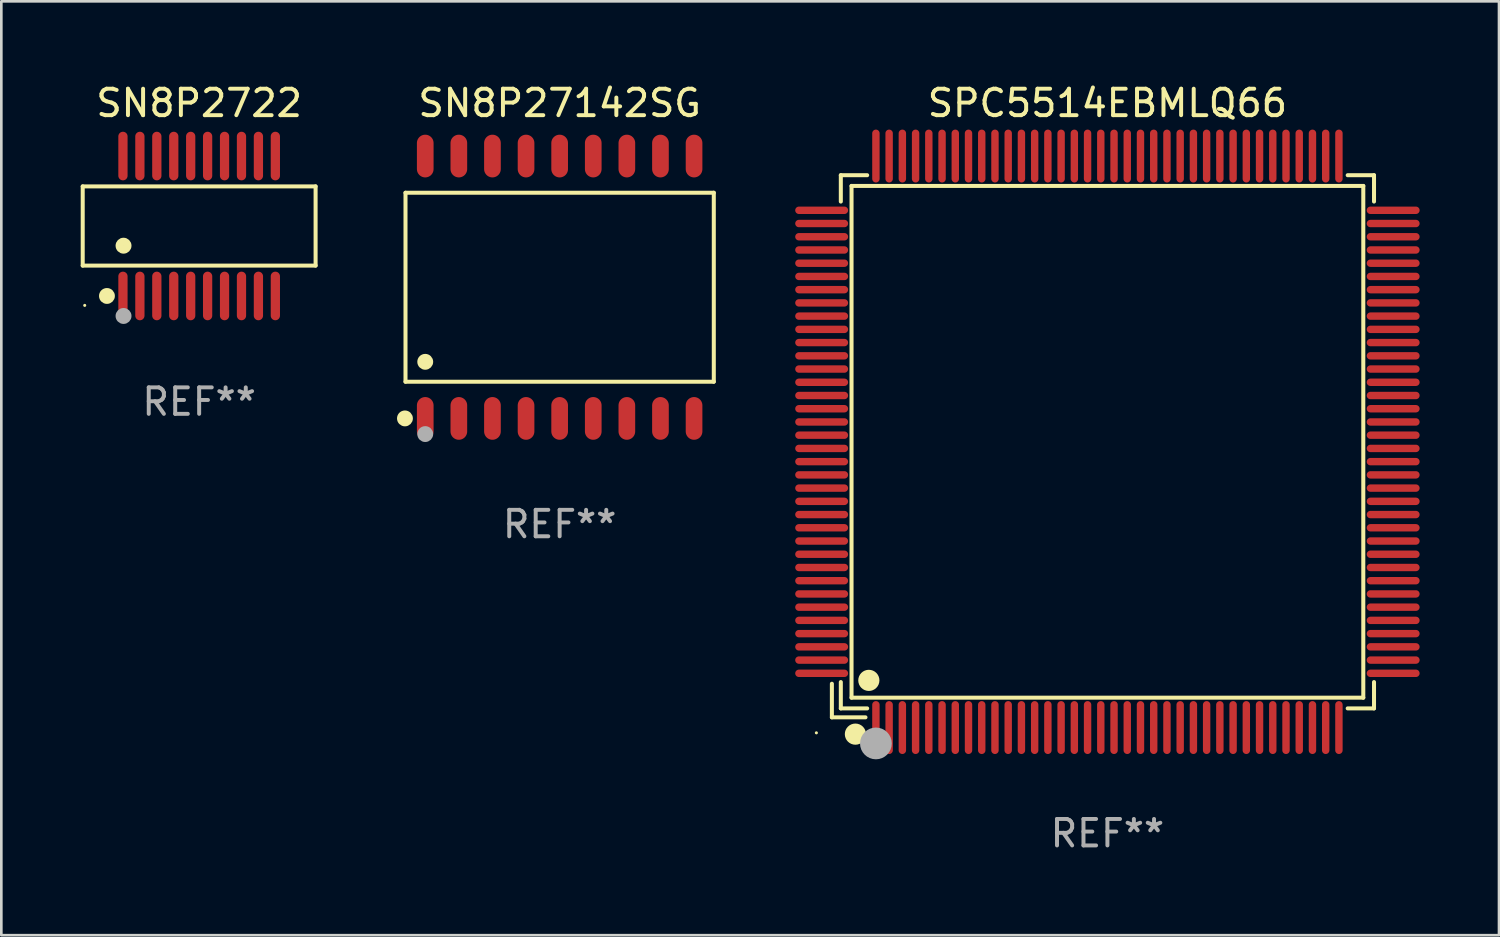
<source format=kicad_pcb>
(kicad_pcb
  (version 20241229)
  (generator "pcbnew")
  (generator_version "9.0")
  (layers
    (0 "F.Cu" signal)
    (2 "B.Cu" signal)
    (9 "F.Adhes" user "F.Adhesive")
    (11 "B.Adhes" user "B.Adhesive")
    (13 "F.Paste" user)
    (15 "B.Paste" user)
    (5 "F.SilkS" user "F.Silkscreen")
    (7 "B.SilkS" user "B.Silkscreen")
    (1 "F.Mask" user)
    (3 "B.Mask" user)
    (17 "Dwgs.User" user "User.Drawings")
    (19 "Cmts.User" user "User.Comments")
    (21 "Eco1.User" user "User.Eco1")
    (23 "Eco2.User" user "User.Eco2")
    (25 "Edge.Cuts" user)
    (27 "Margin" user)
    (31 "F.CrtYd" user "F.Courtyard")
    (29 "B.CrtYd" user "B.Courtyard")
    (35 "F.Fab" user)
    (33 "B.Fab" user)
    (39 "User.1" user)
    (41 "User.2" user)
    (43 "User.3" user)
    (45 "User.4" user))
  (footprint "SN8P2722"
    (layer "F.Cu")
    (at 4.477 5.492)
    (property "Reference" "SN8P2722" (at 0 -4.644 0) (layer "F.SilkS") (effects (font (size 1 1) (thickness 0.15))))
    (attr through_hole)
    (fp_line (start -4.401 -1.497) (end 4.401 -1.497) (stroke (width 0.152) (type solid)) (layer "F.SilkS"))
    (fp_line (start -4.401 1.496) (end -4.401 -1.497) (stroke (width 0.152) (type solid)) (layer "F.SilkS"))
    (fp_line (start 4.401 -1.497) (end 4.401 1.496) (stroke (width 0.152) (type solid)) (layer "F.SilkS"))
    (fp_line (start 4.401 1.496) (end -4.401 1.496) (stroke (width 0.152) (type solid)) (layer "F.SilkS"))
    (fp_circle (center -4.325 3) (end -4.295 3) (stroke (width 0.06) (type solid)) (fill no) (layer "F.SilkS"))
    (fp_circle (center -3.485 2.644) (end -3.335 2.644) (stroke (width 0.3) (type solid)) (fill no) (layer "F.SilkS"))
    (fp_circle (center -2.858 0.744) (end -2.707 0.744) (stroke (width 0.3) (type solid)) (fill no) (layer "F.SilkS"))
    (fp_circle (center -2.858 3.4) (end -2.707 3.4) (stroke (width 0.3) (type solid)) (fill no) (layer "F.Fab"))
    (fp_text user "REF**" (at 0 6.644 0) (layer "F.Fab") (effects (font (size 1 1) (thickness 0.15))))
    (pad "1" smd oval (at -2.88 2.644) (size 0.35 1.837) (layers "F.Cu" "F.Mask" "F.Paste"))
    (pad "2" smd oval (at -2.24 2.644) (size 0.35 1.837) (layers "F.Cu" "F.Mask" "F.Paste"))
    (pad "3" smd oval (at -1.6 2.644) (size 0.35 1.837) (layers "F.Cu" "F.Mask" "F.Paste"))
    (pad "4" smd oval (at -0.96 2.644) (size 0.35 1.837) (layers "F.Cu" "F.Mask" "F.Paste"))
    (pad "5" smd oval (at -0.32 2.644) (size 0.35 1.837) (layers "F.Cu" "F.Mask" "F.Paste"))
    (pad "6" smd oval (at 0.32 2.644) (size 0.35 1.837) (layers "F.Cu" "F.Mask" "F.Paste"))
    (pad "7" smd oval (at 0.96 2.644) (size 0.35 1.837) (layers "F.Cu" "F.Mask" "F.Paste"))
    (pad "8" smd oval (at 1.6 2.644) (size 0.35 1.837) (layers "F.Cu" "F.Mask" "F.Paste"))
    (pad "9" smd oval (at 2.24 2.644) (size 0.35 1.837) (layers "F.Cu" "F.Mask" "F.Paste"))
    (pad "10" smd oval (at 2.88 2.644) (size 0.35 1.837) (layers "F.Cu" "F.Mask" "F.Paste"))
    (pad "11" smd oval (at 2.88 -2.644 180) (size 0.35 1.837) (layers "F.Cu" "F.Mask" "F.Paste"))
    (pad "12" smd oval (at 2.24 -2.644 180) (size 0.35 1.837) (layers "F.Cu" "F.Mask" "F.Paste"))
    (pad "13" smd oval (at 1.6 -2.644 180) (size 0.35 1.837) (layers "F.Cu" "F.Mask" "F.Paste"))
    (pad "14" smd oval (at 0.96 -2.644 180) (size 0.35 1.837) (layers "F.Cu" "F.Mask" "F.Paste"))
    (pad "15" smd oval (at 0.32 -2.644 180) (size 0.35 1.837) (layers "F.Cu" "F.Mask" "F.Paste"))
    (pad "16" smd oval (at -0.32 -2.644 180) (size 0.35 1.837) (layers "F.Cu" "F.Mask" "F.Paste"))
    (pad "17" smd oval (at -0.96 -2.644 180) (size 0.35 1.837) (layers "F.Cu" "F.Mask" "F.Paste"))
    (pad "18" smd oval (at -1.6 -2.644 180) (size 0.35 1.837) (layers "F.Cu" "F.Mask" "F.Paste"))
    (pad "19" smd oval (at -2.24 -2.644 180) (size 0.35 1.837) (layers "F.Cu" "F.Mask" "F.Paste"))
    (pad "20" smd oval (at -2.88 -2.644 180) (size 0.35 1.837) (layers "F.Cu" "F.Mask" "F.Paste")))
  (footprint "SPC5514EBMLQ66"
    (layer "F.Cu")
    (at 38.805 13.648)
    (property "Reference" "SPC5514EBMLQ66" (at 0 -12.8 0) (layer "F.SilkS") (effects (font (size 1 1) (thickness 0.15))))
    (attr through_hole)
    (fp_line (start -10.414 9.144) (end -10.414 10.414) (stroke (width 0.152) (type solid)) (layer "F.SilkS"))
    (fp_line (start -10.414 10.414) (end -9.144 10.414) (stroke (width 0.152) (type solid)) (layer "F.SilkS"))
    (fp_line (start -10.076 -10.076) (end -9.08 -10.076) (stroke (width 0.152) (type solid)) (layer "F.SilkS"))
    (fp_line (start -10.076 -9.08) (end -10.076 -10.076) (stroke (width 0.152) (type solid)) (layer "F.SilkS"))
    (fp_line (start -10.076 9.081) (end -10.076 10.076) (stroke (width 0.152) (type solid)) (layer "F.SilkS"))
    (fp_line (start -10.076 10.076) (end -9.08 10.076) (stroke (width 0.152) (type solid)) (layer "F.SilkS"))
    (fp_line (start -9.671 -9.671) (end 9.671 -9.671) (stroke (width 0.152) (type solid)) (layer "F.SilkS"))
    (fp_line (start -9.671 9.671) (end -9.671 -9.671) (stroke (width 0.152) (type solid)) (layer "F.SilkS"))
    (fp_line (start 9.671 -9.671) (end 9.671 9.671) (stroke (width 0.152) (type solid)) (layer "F.SilkS"))
    (fp_line (start 9.671 9.671) (end -9.671 9.671) (stroke (width 0.152) (type solid)) (layer "F.SilkS"))
    (fp_line (start 10.076 -10.076) (end 9.081 -10.076) (stroke (width 0.152) (type solid)) (layer "F.SilkS"))
    (fp_line (start 10.076 -9.08) (end 10.076 -10.076) (stroke (width 0.152) (type solid)) (layer "F.SilkS"))
    (fp_line (start 10.076 9.081) (end 10.076 10.076) (stroke (width 0.152) (type solid)) (layer "F.SilkS"))
    (fp_line (start 10.076 10.076) (end 9.081 10.076) (stroke (width 0.152) (type solid)) (layer "F.SilkS"))
    (fp_circle (center -11 11) (end -10.97 11) (stroke (width 0.06) (type solid)) (fill no) (layer "F.SilkS"))
    (fp_circle (center -9.525 11.049) (end -9.325 11.049) (stroke (width 0.4) (type solid)) (fill no) (layer "F.SilkS"))
    (fp_circle (center -9.017 9.017) (end -8.817 9.017) (stroke (width 0.4) (type solid)) (fill no) (layer "F.SilkS"))
    (fp_circle (center -8.75 11.4) (end -8.45 11.4) (stroke (width 0.6) (type solid)) (fill no) (layer "F.Fab"))
    (fp_text user "REF**" (at 0 14.8 0) (layer "F.Fab") (effects (font (size 1 1) (thickness 0.15))))
    (pad "1" smd oval (at -8.75 10.8) (size 0.28 2) (layers "F.Cu" "F.Mask" "F.Paste"))
    (pad "2" smd oval (at -8.25 10.8) (size 0.28 2) (layers "F.Cu" "F.Mask" "F.Paste"))
    (pad "3" smd oval (at -7.75 10.8) (size 0.28 2) (layers "F.Cu" "F.Mask" "F.Paste"))
    (pad "4" smd oval (at -7.25 10.8) (size 0.28 2) (layers "F.Cu" "F.Mask" "F.Paste"))
    (pad "5" smd oval (at -6.75 10.8) (size 0.28 2) (layers "F.Cu" "F.Mask" "F.Paste"))
    (pad "6" smd oval (at -6.25 10.8) (size 0.28 2) (layers "F.Cu" "F.Mask" "F.Paste"))
    (pad "7" smd oval (at -5.75 10.8) (size 0.28 2) (layers "F.Cu" "F.Mask" "F.Paste"))
    (pad "8" smd oval (at -5.25 10.8) (size 0.28 2) (layers "F.Cu" "F.Mask" "F.Paste"))
    (pad "9" smd oval (at -4.75 10.8) (size 0.28 2) (layers "F.Cu" "F.Mask" "F.Paste"))
    (pad "10" smd oval (at -4.25 10.8) (size 0.28 2) (layers "F.Cu" "F.Mask" "F.Paste"))
    (pad "11" smd oval (at -3.75 10.8) (size 0.28 2) (layers "F.Cu" "F.Mask" "F.Paste"))
    (pad "12" smd oval (at -3.25 10.8) (size 0.28 2) (layers "F.Cu" "F.Mask" "F.Paste"))
    (pad "13" smd oval (at -2.75 10.8) (size 0.28 2) (layers "F.Cu" "F.Mask" "F.Paste"))
    (pad "14" smd oval (at -2.25 10.8) (size 0.28 2) (layers "F.Cu" "F.Mask" "F.Paste"))
    (pad "15" smd oval (at -1.75 10.8) (size 0.28 2) (layers "F.Cu" "F.Mask" "F.Paste"))
    (pad "16" smd oval (at -1.25 10.8) (size 0.28 2) (layers "F.Cu" "F.Mask" "F.Paste"))
    (pad "17" smd oval (at -0.75 10.8) (size 0.28 2) (layers "F.Cu" "F.Mask" "F.Paste"))
    (pad "18" smd oval (at -0.25 10.8) (size 0.28 2) (layers "F.Cu" "F.Mask" "F.Paste"))
    (pad "19" smd oval (at 0.25 10.8) (size 0.28 2) (layers "F.Cu" "F.Mask" "F.Paste"))
    (pad "20" smd oval (at 0.75 10.8) (size 0.28 2) (layers "F.Cu" "F.Mask" "F.Paste"))
    (pad "21" smd oval (at 1.25 10.8) (size 0.28 2) (layers "F.Cu" "F.Mask" "F.Paste"))
    (pad "22" smd oval (at 1.75 10.8) (size 0.28 2) (layers "F.Cu" "F.Mask" "F.Paste"))
    (pad "23" smd oval (at 2.25 10.8) (size 0.28 2) (layers "F.Cu" "F.Mask" "F.Paste"))
    (pad "24" smd oval (at 2.75 10.8) (size 0.28 2) (layers "F.Cu" "F.Mask" "F.Paste"))
    (pad "25" smd oval (at 3.25 10.8) (size 0.28 2) (layers "F.Cu" "F.Mask" "F.Paste"))
    (pad "26" smd oval (at 3.75 10.8) (size 0.28 2) (layers "F.Cu" "F.Mask" "F.Paste"))
    (pad "27" smd oval (at 4.25 10.8) (size 0.28 2) (layers "F.Cu" "F.Mask" "F.Paste"))
    (pad "28" smd oval (at 4.75 10.8) (size 0.28 2) (layers "F.Cu" "F.Mask" "F.Paste"))
    (pad "29" smd oval (at 5.25 10.8) (size 0.28 2) (layers "F.Cu" "F.Mask" "F.Paste"))
    (pad "30" smd oval (at 5.75 10.8) (size 0.28 2) (layers "F.Cu" "F.Mask" "F.Paste"))
    (pad "31" smd oval (at 6.25 10.8) (size 0.28 2) (layers "F.Cu" "F.Mask" "F.Paste"))
    (pad "32" smd oval (at 6.75 10.8) (size 0.28 2) (layers "F.Cu" "F.Mask" "F.Paste"))
    (pad "33" smd oval (at 7.25 10.8) (size 0.28 2) (layers "F.Cu" "F.Mask" "F.Paste"))
    (pad "34" smd oval (at 7.75 10.8) (size 0.28 2) (layers "F.Cu" "F.Mask" "F.Paste"))
    (pad "35" smd oval (at 8.25 10.8) (size 0.28 2) (layers "F.Cu" "F.Mask" "F.Paste"))
    (pad "36" smd oval (at 8.75 10.8) (size 0.28 2) (layers "F.Cu" "F.Mask" "F.Paste"))
    (pad "37" smd oval (at 10.8 8.75) (size 2 0.28) (layers "F.Cu" "F.Mask" "F.Paste"))
    (pad "38" smd oval (at 10.8 8.25) (size 2 0.28) (layers "F.Cu" "F.Mask" "F.Paste"))
    (pad "39" smd oval (at 10.8 7.75) (size 2 0.28) (layers "F.Cu" "F.Mask" "F.Paste"))
    (pad "40" smd oval (at 10.8 7.25) (size 2 0.28) (layers "F.Cu" "F.Mask" "F.Paste"))
    (pad "41" smd oval (at 10.8 6.75) (size 2 0.28) (layers "F.Cu" "F.Mask" "F.Paste"))
    (pad "42" smd oval (at 10.8 6.25) (size 2 0.28) (layers "F.Cu" "F.Mask" "F.Paste"))
    (pad "43" smd oval (at 10.8 5.75) (size 2 0.28) (layers "F.Cu" "F.Mask" "F.Paste"))
    (pad "44" smd oval (at 10.8 5.25) (size 2 0.28) (layers "F.Cu" "F.Mask" "F.Paste"))
    (pad "45" smd oval (at 10.8 4.75) (size 2 0.28) (layers "F.Cu" "F.Mask" "F.Paste"))
    (pad "46" smd oval (at 10.8 4.25) (size 2 0.28) (layers "F.Cu" "F.Mask" "F.Paste"))
    (pad "47" smd oval (at 10.8 3.75) (size 2 0.28) (layers "F.Cu" "F.Mask" "F.Paste"))
    (pad "48" smd oval (at 10.8 3.25) (size 2 0.28) (layers "F.Cu" "F.Mask" "F.Paste"))
    (pad "49" smd oval (at 10.8 2.75) (size 2 0.28) (layers "F.Cu" "F.Mask" "F.Paste"))
    (pad "50" smd oval (at 10.8 2.25) (size 2 0.28) (layers "F.Cu" "F.Mask" "F.Paste"))
    (pad "51" smd oval (at 10.8 1.75) (size 2 0.28) (layers "F.Cu" "F.Mask" "F.Paste"))
    (pad "52" smd oval (at 10.8 1.25) (size 2 0.28) (layers "F.Cu" "F.Mask" "F.Paste"))
    (pad "53" smd oval (at 10.8 0.75) (size 2 0.28) (layers "F.Cu" "F.Mask" "F.Paste"))
    (pad "54" smd oval (at 10.8 0.25) (size 2 0.28) (layers "F.Cu" "F.Mask" "F.Paste"))
    (pad "55" smd oval (at 10.8 -0.25) (size 2 0.28) (layers "F.Cu" "F.Mask" "F.Paste"))
    (pad "56" smd oval (at 10.8 -0.75) (size 2 0.28) (layers "F.Cu" "F.Mask" "F.Paste"))
    (pad "57" smd oval (at 10.8 -1.25) (size 2 0.28) (layers "F.Cu" "F.Mask" "F.Paste"))
    (pad "58" smd oval (at 10.8 -1.75) (size 2 0.28) (layers "F.Cu" "F.Mask" "F.Paste"))
    (pad "59" smd oval (at 10.8 -2.25) (size 2 0.28) (layers "F.Cu" "F.Mask" "F.Paste"))
    (pad "60" smd oval (at 10.8 -2.75) (size 2 0.28) (layers "F.Cu" "F.Mask" "F.Paste"))
    (pad "61" smd oval (at 10.8 -3.25) (size 2 0.28) (layers "F.Cu" "F.Mask" "F.Paste"))
    (pad "62" smd oval (at 10.8 -3.75) (size 2 0.28) (layers "F.Cu" "F.Mask" "F.Paste"))
    (pad "63" smd oval (at 10.8 -4.25) (size 2 0.28) (layers "F.Cu" "F.Mask" "F.Paste"))
    (pad "64" smd oval (at 10.8 -4.75) (size 2 0.28) (layers "F.Cu" "F.Mask" "F.Paste"))
    (pad "65" smd oval (at 10.8 -5.25) (size 2 0.28) (layers "F.Cu" "F.Mask" "F.Paste"))
    (pad "66" smd oval (at 10.8 -5.75) (size 2 0.28) (layers "F.Cu" "F.Mask" "F.Paste"))
    (pad "67" smd oval (at 10.8 -6.25) (size 2 0.28) (layers "F.Cu" "F.Mask" "F.Paste"))
    (pad "68" smd oval (at 10.8 -6.75) (size 2 0.28) (layers "F.Cu" "F.Mask" "F.Paste"))
    (pad "69" smd oval (at 10.8 -7.25) (size 2 0.28) (layers "F.Cu" "F.Mask" "F.Paste"))
    (pad "70" smd oval (at 10.8 -7.75) (size 2 0.28) (layers "F.Cu" "F.Mask" "F.Paste"))
    (pad "71" smd oval (at 10.8 -8.25) (size 2 0.28) (layers "F.Cu" "F.Mask" "F.Paste"))
    (pad "72" smd oval (at 10.8 -8.75) (size 2 0.28) (layers "F.Cu" "F.Mask" "F.Paste"))
    (pad "73" smd oval (at 8.75 -10.8) (size 0.28 2) (layers "F.Cu" "F.Mask" "F.Paste"))
    (pad "74" smd oval (at 8.25 -10.8) (size 0.28 2) (layers "F.Cu" "F.Mask" "F.Paste"))
    (pad "75" smd oval (at 7.75 -10.8) (size 0.28 2) (layers "F.Cu" "F.Mask" "F.Paste"))
    (pad "76" smd oval (at 7.25 -10.8) (size 0.28 2) (layers "F.Cu" "F.Mask" "F.Paste"))
    (pad "77" smd oval (at 6.75 -10.8) (size 0.28 2) (layers "F.Cu" "F.Mask" "F.Paste"))
    (pad "78" smd oval (at 6.25 -10.8) (size 0.28 2) (layers "F.Cu" "F.Mask" "F.Paste"))
    (pad "79" smd oval (at 5.75 -10.8) (size 0.28 2) (layers "F.Cu" "F.Mask" "F.Paste"))
    (pad "80" smd oval (at 5.25 -10.8) (size 0.28 2) (layers "F.Cu" "F.Mask" "F.Paste"))
    (pad "81" smd oval (at 4.75 -10.8) (size 0.28 2) (layers "F.Cu" "F.Mask" "F.Paste"))
    (pad "82" smd oval (at 4.25 -10.8) (size 0.28 2) (layers "F.Cu" "F.Mask" "F.Paste"))
    (pad "83" smd oval (at 3.75 -10.8) (size 0.28 2) (layers "F.Cu" "F.Mask" "F.Paste"))
    (pad "84" smd oval (at 3.25 -10.8) (size 0.28 2) (layers "F.Cu" "F.Mask" "F.Paste"))
    (pad "85" smd oval (at 2.75 -10.8) (size 0.28 2) (layers "F.Cu" "F.Mask" "F.Paste"))
    (pad "86" smd oval (at 2.25 -10.8) (size 0.28 2) (layers "F.Cu" "F.Mask" "F.Paste"))
    (pad "87" smd oval (at 1.75 -10.8) (size 0.28 2) (layers "F.Cu" "F.Mask" "F.Paste"))
    (pad "88" smd oval (at 1.25 -10.8) (size 0.28 2) (layers "F.Cu" "F.Mask" "F.Paste"))
    (pad "89" smd oval (at 0.75 -10.8) (size 0.28 2) (layers "F.Cu" "F.Mask" "F.Paste"))
    (pad "90" smd oval (at 0.25 -10.8) (size 0.28 2) (layers "F.Cu" "F.Mask" "F.Paste"))
    (pad "91" smd oval (at -0.25 -10.8) (size 0.28 2) (layers "F.Cu" "F.Mask" "F.Paste"))
    (pad "92" smd oval (at -0.75 -10.8) (size 0.28 2) (layers "F.Cu" "F.Mask" "F.Paste"))
    (pad "93" smd oval (at -1.25 -10.8) (size 0.28 2) (layers "F.Cu" "F.Mask" "F.Paste"))
    (pad "94" smd oval (at -1.75 -10.8) (size 0.28 2) (layers "F.Cu" "F.Mask" "F.Paste"))
    (pad "95" smd oval (at -2.25 -10.8) (size 0.28 2) (layers "F.Cu" "F.Mask" "F.Paste"))
    (pad "96" smd oval (at -2.75 -10.8) (size 0.28 2) (layers "F.Cu" "F.Mask" "F.Paste"))
    (pad "97" smd oval (at -3.25 -10.8) (size 0.28 2) (layers "F.Cu" "F.Mask" "F.Paste"))
    (pad "98" smd oval (at -3.75 -10.8) (size 0.28 2) (layers "F.Cu" "F.Mask" "F.Paste"))
    (pad "99" smd oval (at -4.25 -10.8) (size 0.28 2) (layers "F.Cu" "F.Mask" "F.Paste"))
    (pad "100" smd oval (at -4.75 -10.8) (size 0.28 2) (layers "F.Cu" "F.Mask" "F.Paste"))
    (pad "101" smd oval (at -5.25 -10.8) (size 0.28 2) (layers "F.Cu" "F.Mask" "F.Paste"))
    (pad "102" smd oval (at -5.75 -10.8) (size 0.28 2) (layers "F.Cu" "F.Mask" "F.Paste"))
    (pad "103" smd oval (at -6.25 -10.8) (size 0.28 2) (layers "F.Cu" "F.Mask" "F.Paste"))
    (pad "104" smd oval (at -6.75 -10.8) (size 0.28 2) (layers "F.Cu" "F.Mask" "F.Paste"))
    (pad "105" smd oval (at -7.25 -10.8) (size 0.28 2) (layers "F.Cu" "F.Mask" "F.Paste"))
    (pad "106" smd oval (at -7.75 -10.8) (size 0.28 2) (layers "F.Cu" "F.Mask" "F.Paste"))
    (pad "107" smd oval (at -8.25 -10.8) (size 0.28 2) (layers "F.Cu" "F.Mask" "F.Paste"))
    (pad "108" smd oval (at -8.75 -10.8) (size 0.28 2) (layers "F.Cu" "F.Mask" "F.Paste"))
    (pad "109" smd oval (at -10.8 -8.75) (size 2 0.28) (layers "F.Cu" "F.Mask" "F.Paste"))
    (pad "110" smd oval (at -10.8 -8.25) (size 2 0.28) (layers "F.Cu" "F.Mask" "F.Paste"))
    (pad "111" smd oval (at -10.8 -7.75) (size 2 0.28) (layers "F.Cu" "F.Mask" "F.Paste"))
    (pad "112" smd oval (at -10.8 -7.25) (size 2 0.28) (layers "F.Cu" "F.Mask" "F.Paste"))
    (pad "113" smd oval (at -10.8 -6.75) (size 2 0.28) (layers "F.Cu" "F.Mask" "F.Paste"))
    (pad "114" smd oval (at -10.8 -6.25) (size 2 0.28) (layers "F.Cu" "F.Mask" "F.Paste"))
    (pad "115" smd oval (at -10.8 -5.75) (size 2 0.28) (layers "F.Cu" "F.Mask" "F.Paste"))
    (pad "116" smd oval (at -10.8 -5.25) (size 2 0.28) (layers "F.Cu" "F.Mask" "F.Paste"))
    (pad "117" smd oval (at -10.8 -4.75) (size 2 0.28) (layers "F.Cu" "F.Mask" "F.Paste"))
    (pad "118" smd oval (at -10.8 -4.25) (size 2 0.28) (layers "F.Cu" "F.Mask" "F.Paste"))
    (pad "119" smd oval (at -10.8 -3.75) (size 2 0.28) (layers "F.Cu" "F.Mask" "F.Paste"))
    (pad "120" smd oval (at -10.8 -3.25) (size 2 0.28) (layers "F.Cu" "F.Mask" "F.Paste"))
    (pad "121" smd oval (at -10.8 -2.75) (size 2 0.28) (layers "F.Cu" "F.Mask" "F.Paste"))
    (pad "122" smd oval (at -10.8 -2.25) (size 2 0.28) (layers "F.Cu" "F.Mask" "F.Paste"))
    (pad "123" smd oval (at -10.8 -1.75) (size 2 0.28) (layers "F.Cu" "F.Mask" "F.Paste"))
    (pad "124" smd oval (at -10.8 -1.25) (size 2 0.28) (layers "F.Cu" "F.Mask" "F.Paste"))
    (pad "125" smd oval (at -10.8 -0.75) (size 2 0.28) (layers "F.Cu" "F.Mask" "F.Paste"))
    (pad "126" smd oval (at -10.8 -0.25) (size 2 0.28) (layers "F.Cu" "F.Mask" "F.Paste"))
    (pad "127" smd oval (at -10.8 0.25) (size 2 0.28) (layers "F.Cu" "F.Mask" "F.Paste"))
    (pad "128" smd oval (at -10.8 0.75) (size 2 0.28) (layers "F.Cu" "F.Mask" "F.Paste"))
    (pad "129" smd oval (at -10.8 1.25) (size 2 0.28) (layers "F.Cu" "F.Mask" "F.Paste"))
    (pad "130" smd oval (at -10.8 1.75) (size 2 0.28) (layers "F.Cu" "F.Mask" "F.Paste"))
    (pad "131" smd oval (at -10.8 2.25) (size 2 0.28) (layers "F.Cu" "F.Mask" "F.Paste"))
    (pad "132" smd oval (at -10.8 2.75) (size 2 0.28) (layers "F.Cu" "F.Mask" "F.Paste"))
    (pad "133" smd oval (at -10.8 3.25) (size 2 0.28) (layers "F.Cu" "F.Mask" "F.Paste"))
    (pad "134" smd oval (at -10.8 3.75) (size 2 0.28) (layers "F.Cu" "F.Mask" "F.Paste"))
    (pad "135" smd oval (at -10.8 4.25) (size 2 0.28) (layers "F.Cu" "F.Mask" "F.Paste"))
    (pad "136" smd oval (at -10.8 4.75) (size 2 0.28) (layers "F.Cu" "F.Mask" "F.Paste"))
    (pad "137" smd oval (at -10.8 5.25) (size 2 0.28) (layers "F.Cu" "F.Mask" "F.Paste"))
    (pad "138" smd oval (at -10.8 5.75) (size 2 0.28) (layers "F.Cu" "F.Mask" "F.Paste"))
    (pad "139" smd oval (at -10.8 6.25) (size 2 0.28) (layers "F.Cu" "F.Mask" "F.Paste"))
    (pad "140" smd oval (at -10.8 6.75) (size 2 0.28) (layers "F.Cu" "F.Mask" "F.Paste"))
    (pad "141" smd oval (at -10.8 7.25) (size 2 0.28) (layers "F.Cu" "F.Mask" "F.Paste"))
    (pad "142" smd oval (at -10.8 7.75) (size 2 0.28) (layers "F.Cu" "F.Mask" "F.Paste"))
    (pad "143" smd oval (at -10.8 8.25) (size 2 0.28) (layers "F.Cu" "F.Mask" "F.Paste"))
    (pad "144" smd oval (at -10.8 8.75) (size 2 0.28) (layers "F.Cu" "F.Mask" "F.Paste")))
  (footprint "SN8P27142SG"
    (layer "F.Cu")
    (at 18.102 7.806)
    (property "Reference" "SN8P27142SG" (at 0 -6.958 0) (layer "F.SilkS") (effects (font (size 1 1) (thickness 0.15))))
    (attr through_hole)
    (fp_line (start -5.826 -3.571) (end 5.826 -3.571) (stroke (width 0.152) (type solid)) (layer "F.SilkS"))
    (fp_line (start -5.826 3.571) (end -5.826 -3.571) (stroke (width 0.152) (type solid)) (layer "F.SilkS"))
    (fp_line (start 5.826 -3.571) (end 5.826 3.571) (stroke (width 0.152) (type solid)) (layer "F.SilkS"))
    (fp_line (start 5.826 3.571) (end -5.826 3.571) (stroke (width 0.152) (type solid)) (layer "F.SilkS"))
    (fp_circle (center -5.847 4.958) (end -5.697 4.958) (stroke (width 0.3) (type solid)) (fill no) (layer "F.SilkS"))
    (fp_circle (center -5.75 5.15) (end -5.72 5.15) (stroke (width 0.06) (type solid)) (fill no) (layer "F.SilkS"))
    (fp_circle (center -5.08 2.819) (end -4.93 2.819) (stroke (width 0.3) (type solid)) (fill no) (layer "F.SilkS"))
    (fp_circle (center -5.08 5.55) (end -4.93 5.55) (stroke (width 0.3) (type solid)) (fill no) (layer "F.Fab"))
    (fp_text user "REF**" (at 0 8.958 0) (layer "F.Fab") (effects (font (size 1 1) (thickness 0.15))))
    (pad "1" smd oval (at -5.08 4.958) (size 0.63 1.615) (layers "F.Cu" "F.Mask" "F.Paste"))
    (pad "2" smd oval (at -3.81 4.958) (size 0.63 1.615) (layers "F.Cu" "F.Mask" "F.Paste"))
    (pad "3" smd oval (at -2.54 4.958) (size 0.63 1.615) (layers "F.Cu" "F.Mask" "F.Paste"))
    (pad "4" smd oval (at -1.27 4.958) (size 0.63 1.615) (layers "F.Cu" "F.Mask" "F.Paste"))
    (pad "5" smd oval (at 0 4.958) (size 0.63 1.615) (layers "F.Cu" "F.Mask" "F.Paste"))
    (pad "6" smd oval (at 1.27 4.958) (size 0.63 1.615) (layers "F.Cu" "F.Mask" "F.Paste"))
    (pad "7" smd oval (at 2.54 4.958) (size 0.63 1.615) (layers "F.Cu" "F.Mask" "F.Paste"))
    (pad "8" smd oval (at 3.81 4.958) (size 0.63 1.615) (layers "F.Cu" "F.Mask" "F.Paste"))
    (pad "9" smd oval (at 5.08 4.958) (size 0.63 1.615) (layers "F.Cu" "F.Mask" "F.Paste"))
    (pad "10" smd oval (at 5.08 -4.958) (size 0.63 1.615) (layers "F.Cu" "F.Mask" "F.Paste"))
    (pad "11" smd oval (at 3.81 -4.958) (size 0.63 1.615) (layers "F.Cu" "F.Mask" "F.Paste"))
    (pad "12" smd oval (at 2.54 -4.958) (size 0.63 1.615) (layers "F.Cu" "F.Mask" "F.Paste"))
    (pad "13" smd oval (at 1.27 -4.958) (size 0.63 1.615) (layers "F.Cu" "F.Mask" "F.Paste"))
    (pad "14" smd oval (at 0 -4.958) (size 0.63 1.615) (layers "F.Cu" "F.Mask" "F.Paste"))
    (pad "15" smd oval (at -1.27 -4.958) (size 0.63 1.615) (layers "F.Cu" "F.Mask" "F.Paste"))
    (pad "16" smd oval (at -2.54 -4.958) (size 0.63 1.615) (layers "F.Cu" "F.Mask" "F.Paste"))
    (pad "17" smd oval (at -3.81 -4.958) (size 0.63 1.615) (layers "F.Cu" "F.Mask" "F.Paste"))
    (pad "18" smd oval (at -5.08 -4.958) (size 0.63 1.615) (layers "F.Cu" "F.Mask" "F.Paste")))
  (gr_rect
    (start -3 -3)
    (end 53.605 32.297)
    (stroke (width 0.1) (type default))
    (fill no)
    (layer "Edge.Cuts")))
</source>
